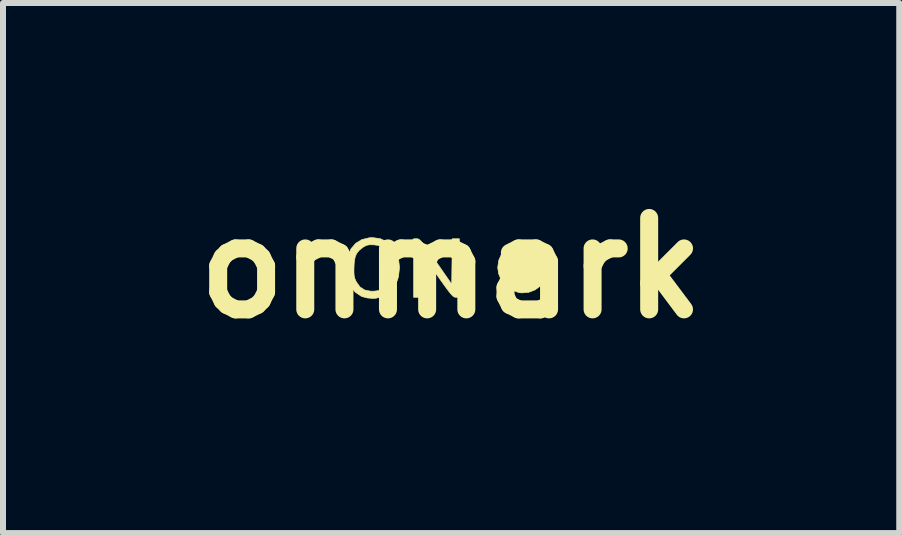
<source format=kicad_pcb>
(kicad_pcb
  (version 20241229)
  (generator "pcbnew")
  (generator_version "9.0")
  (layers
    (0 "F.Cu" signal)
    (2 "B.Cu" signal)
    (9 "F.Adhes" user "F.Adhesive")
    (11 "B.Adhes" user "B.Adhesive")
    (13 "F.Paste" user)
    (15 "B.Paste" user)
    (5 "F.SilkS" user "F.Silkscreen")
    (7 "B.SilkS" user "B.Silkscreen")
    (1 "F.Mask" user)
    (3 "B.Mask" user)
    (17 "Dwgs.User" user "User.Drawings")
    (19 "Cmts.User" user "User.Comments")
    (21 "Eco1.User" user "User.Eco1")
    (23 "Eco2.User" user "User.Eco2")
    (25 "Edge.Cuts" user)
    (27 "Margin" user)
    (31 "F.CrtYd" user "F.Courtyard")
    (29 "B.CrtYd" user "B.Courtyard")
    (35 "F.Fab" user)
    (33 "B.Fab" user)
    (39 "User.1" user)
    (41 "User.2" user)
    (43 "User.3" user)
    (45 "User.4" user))
  (footprint "onmark"
    (layer "F.Cu")
    (at 4.47 1.418)
    (property "Reference" "onmark" (at 0 0 0) (layer "F.SilkS") (effects (font (size 1.524 1.524) (thickness 0.3))))
    (attr through_hole)
    (fp_poly (pts (xy 1.333 -0.423) (xy 1.388 -0.4) (xy 1.478 -0.335) (xy 1.555 -0.246) (xy 1.607 -0.146) (xy 1.612 -0.129) (xy 1.629 -0.01) (xy 1.612 0.104) (xy 1.564 0.207) (xy 1.493 0.296) (xy 1.401 0.364) (xy 1.294 0.405) (xy 1.178 0.415) (xy 1.133 0.41) (xy 1.015 0.37) (xy 0.915 0.301) (xy 0.839 0.207) (xy 0.791 0.094) (xy 0.777 -0.009) (xy 0.794 -0.128) (xy 0.841 -0.234) (xy 0.913 -0.322) (xy 1.004 -0.389) (xy 1.108 -0.431) (xy 1.22 -0.443) (xy 1.333 -0.423)) (stroke (width 0.01) (type solid)) (fill yes) (layer "F.SilkS"))
    (fp_poly (pts (xy -0.551 -0.486) (xy -0.53 -0.475) (xy -0.505 -0.452) (xy -0.472 -0.414) (xy -0.427 -0.356) (xy -0.369 -0.275) (xy -0.293 -0.167) (xy -0.253 -0.11) (xy 0.01 0.269) (xy 0.015 -0.11) (xy 0.02 -0.488) (xy 0.137 -0.488) (xy 0.137 0.488) (xy 0.081 0.488) (xy 0.061 0.486) (xy 0.04 0.476) (xy 0.015 0.454) (xy -0.018 0.416) (xy -0.061 0.36) (xy -0.119 0.281) (xy -0.194 0.175) (xy -0.237 0.114) (xy -0.498 -0.26) (xy -0.504 0.114) (xy -0.509 0.488) (xy -0.625 0.488) (xy -0.625 -0.488) (xy -0.571 -0.488) (xy -0.551 -0.486)) (stroke (width 0.01) (type solid)) (fill yes) (layer "F.SilkS"))
    (fp_poly (pts (xy -1.183 -0.49) (xy -1.074 -0.44) (xy -0.984 -0.363) (xy -0.917 -0.263) (xy -0.875 -0.144) (xy -0.86 -0.01) (xy -0.875 0.133) (xy -0.89 0.192) (xy -0.944 0.313) (xy -1.025 0.407) (xy -1.13 0.472) (xy -1.253 0.504) (xy -1.309 0.507) (xy -1.397 0.499) (xy -1.478 0.478) (xy -1.495 0.472) (xy -1.595 0.405) (xy -1.673 0.311) (xy -1.727 0.194) (xy -1.752 0.065) (xy -1.62 0.065) (xy -1.616 0.127) (xy -1.605 0.175) (xy -1.584 0.222) (xy -1.579 0.232) (xy -1.518 0.316) (xy -1.442 0.366) (xy -1.344 0.386) (xy -1.285 0.386) (xy -1.211 0.377) (xy -1.159 0.358) (xy -1.113 0.323) (xy -1.111 0.321) (xy -1.052 0.252) (xy -1.016 0.172) (xy -0.999 0.071) (xy -0.996 0) (xy -1.004 -0.117) (xy -1.029 -0.208) (xy -1.074 -0.282) (xy -1.111 -0.321) (xy -1.158 -0.357) (xy -1.21 -0.377) (xy -1.284 -0.386) (xy -1.285 -0.386) (xy -1.357 -0.388) (xy -1.408 -0.379) (xy -1.455 -0.354) (xy -1.464 -0.349) (xy -1.531 -0.296) (xy -1.575 -0.242) (xy -1.601 -0.176) (xy -1.615 -0.087) (xy -1.618 -0.023) (xy -1.62 0.065) (xy -1.752 0.065) (xy -1.753 0.061) (xy -1.752 -0.051) (xy -1.724 -0.199) (xy -1.669 -0.32) (xy -1.59 -0.412) (xy -1.488 -0.474) (xy -1.365 -0.504) (xy -1.309 -0.507) (xy -1.183 -0.49)) (stroke (width 0.01) (type solid)) (fill yes) (layer "F.SilkS")))
  (gr_rect
    (start -3 -3)
    (end 11.941 5.836)
    (stroke (width 0.1) (type default))
    (fill no)
    (layer "Edge.Cuts")))
</source>
